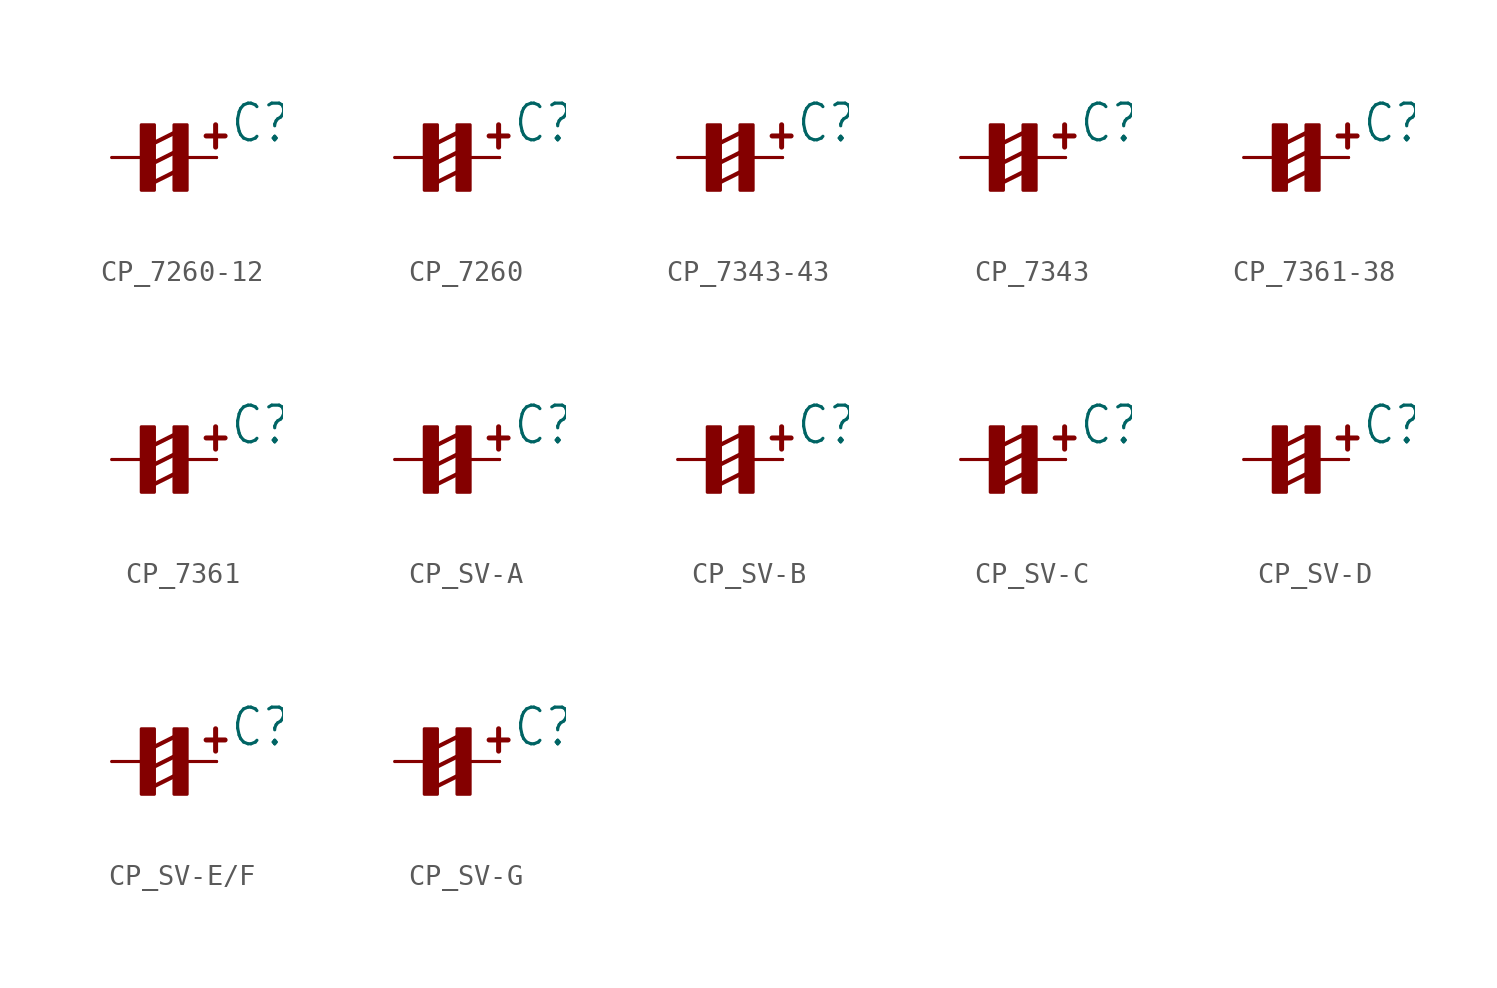
<source format=kicad_sym>
(kicad_symbol_lib
  (version 20231120)
  (generator "kicad_symbol_editor")
  (generator_version "8.0")
  (symbol "CP_7260-12"
    (property "Reference" "C"
      (at 3.175 0.635 0)
      (effects (font (size 1.778 1.511)) (justify left bottom)))
    (property "Value" ""
      (at -3.175 -3.81 0)
      (effects (font (size 1.778 1.511)) (justify left bottom)))
    (property "ki_locked" ""
      (at 0 0 0)
      (effects (font (size 1.27 1.27))))
    (symbol "CP_7260-12_1_0"
      (rectangle (start -1.111 -1.587) (end -0.476 1.587) (stroke (width 0) (type default)) (fill (type outline)))
      (polyline (pts (xy -0.857 0) (xy -2.54 0)) (stroke (width 0.152) (type solid)) (fill (type none)))
      (polyline (pts (xy -0.635 -1.27) (xy 0.635 -0.635)) (stroke (width 0.203) (type solid)) (fill (type none)))
      (polyline (pts (xy -0.635 -0.318) (xy 0.635 0.318)) (stroke (width 0.203) (type solid)) (fill (type none)))
      (polyline (pts (xy -0.635 0.635) (xy 0.635 1.27)) (stroke (width 0.203) (type solid)) (fill (type none)))
      (polyline (pts (xy 0.794 0) (xy 2.54 0)) (stroke (width 0.152) (type solid)) (fill (type none)))
      (rectangle (start 0.476 -1.587) (end 1.111 1.587) (stroke (width 0) (type default)) (fill (type outline)))
      (text "+" (at 1.587 0.318 0) (effects (font (size 1.422 1.209) (thickness 0.242) (bold yes)) (justify left bottom)))
      (pin passive line (at 2.54 0 180) (length 0) (name "+" (effects (font (size 0 0)))) (number "+" (effects (font (size 0 0)))))
      (pin passive line (at -2.54 0 0) (length 0) (name "-" (effects (font (size 0 0)))) (number "-" (effects (font (size 0 0)))))))
  (symbol "CP_7260"
    (property "Reference" "C"
      (at 3.175 0.635 0)
      (effects (font (size 1.778 1.511)) (justify left bottom)))
    (property "Value" ""
      (at -3.175 -3.81 0)
      (effects (font (size 1.778 1.511)) (justify left bottom)))
    (property "ki_locked" ""
      (at 0 0 0)
      (effects (font (size 1.27 1.27))))
    (symbol "CP_7260_1_0"
      (rectangle (start -1.111 -1.587) (end -0.476 1.587) (stroke (width 0) (type default)) (fill (type outline)))
      (polyline (pts (xy -0.857 0) (xy -2.54 0)) (stroke (width 0.152) (type solid)) (fill (type none)))
      (polyline (pts (xy -0.635 -1.27) (xy 0.635 -0.635)) (stroke (width 0.203) (type solid)) (fill (type none)))
      (polyline (pts (xy -0.635 -0.318) (xy 0.635 0.318)) (stroke (width 0.203) (type solid)) (fill (type none)))
      (polyline (pts (xy -0.635 0.635) (xy 0.635 1.27)) (stroke (width 0.203) (type solid)) (fill (type none)))
      (polyline (pts (xy 0.794 0) (xy 2.54 0)) (stroke (width 0.152) (type solid)) (fill (type none)))
      (rectangle (start 0.476 -1.587) (end 1.111 1.587) (stroke (width 0) (type default)) (fill (type outline)))
      (text "+" (at 1.587 0.318 0) (effects (font (size 1.422 1.209) (thickness 0.242) (bold yes)) (justify left bottom)))
      (pin passive line (at 2.54 0 180) (length 0) (name "+" (effects (font (size 0 0)))) (number "+" (effects (font (size 0 0)))))
      (pin passive line (at -2.54 0 0) (length 0) (name "-" (effects (font (size 0 0)))) (number "-" (effects (font (size 0 0)))))))
  (symbol "CP_7343-43"
    (property "Reference" "C"
      (at 3.175 0.635 0)
      (effects (font (size 1.778 1.511)) (justify left bottom)))
    (property "Value" ""
      (at -3.175 -3.81 0)
      (effects (font (size 1.778 1.511)) (justify left bottom)))
    (property "ki_locked" ""
      (at 0 0 0)
      (effects (font (size 1.27 1.27))))
    (symbol "CP_7343-43_1_0"
      (rectangle (start -1.111 -1.587) (end -0.476 1.587) (stroke (width 0) (type default)) (fill (type outline)))
      (polyline (pts (xy -0.857 0) (xy -2.54 0)) (stroke (width 0.152) (type solid)) (fill (type none)))
      (polyline (pts (xy -0.635 -1.27) (xy 0.635 -0.635)) (stroke (width 0.203) (type solid)) (fill (type none)))
      (polyline (pts (xy -0.635 -0.318) (xy 0.635 0.318)) (stroke (width 0.203) (type solid)) (fill (type none)))
      (polyline (pts (xy -0.635 0.635) (xy 0.635 1.27)) (stroke (width 0.203) (type solid)) (fill (type none)))
      (polyline (pts (xy 0.794 0) (xy 2.54 0)) (stroke (width 0.152) (type solid)) (fill (type none)))
      (rectangle (start 0.476 -1.587) (end 1.111 1.587) (stroke (width 0) (type default)) (fill (type outline)))
      (text "+" (at 1.587 0.318 0) (effects (font (size 1.422 1.209) (thickness 0.242) (bold yes)) (justify left bottom)))
      (pin passive line (at 2.54 0 180) (length 0) (name "+" (effects (font (size 0 0)))) (number "+" (effects (font (size 0 0)))))
      (pin passive line (at -2.54 0 0) (length 0) (name "-" (effects (font (size 0 0)))) (number "-" (effects (font (size 0 0)))))))
  (symbol "CP_7343"
    (property "Reference" "C"
      (at 3.175 0.635 0)
      (effects (font (size 1.778 1.511)) (justify left bottom)))
    (property "Value" ""
      (at -3.175 -3.81 0)
      (effects (font (size 1.778 1.511)) (justify left bottom)))
    (property "ki_locked" ""
      (at 0 0 0)
      (effects (font (size 1.27 1.27))))
    (symbol "CP_7343_1_0"
      (rectangle (start -1.111 -1.587) (end -0.476 1.587) (stroke (width 0) (type default)) (fill (type outline)))
      (polyline (pts (xy -0.857 0) (xy -2.54 0)) (stroke (width 0.152) (type solid)) (fill (type none)))
      (polyline (pts (xy -0.635 -1.27) (xy 0.635 -0.635)) (stroke (width 0.203) (type solid)) (fill (type none)))
      (polyline (pts (xy -0.635 -0.318) (xy 0.635 0.318)) (stroke (width 0.203) (type solid)) (fill (type none)))
      (polyline (pts (xy -0.635 0.635) (xy 0.635 1.27)) (stroke (width 0.203) (type solid)) (fill (type none)))
      (polyline (pts (xy 0.794 0) (xy 2.54 0)) (stroke (width 0.152) (type solid)) (fill (type none)))
      (rectangle (start 0.476 -1.587) (end 1.111 1.587) (stroke (width 0) (type default)) (fill (type outline)))
      (text "+" (at 1.587 0.318 0) (effects (font (size 1.422 1.209) (thickness 0.242) (bold yes)) (justify left bottom)))
      (pin passive line (at 2.54 0 180) (length 0) (name "+" (effects (font (size 0 0)))) (number "+" (effects (font (size 0 0)))))
      (pin passive line (at -2.54 0 0) (length 0) (name "-" (effects (font (size 0 0)))) (number "-" (effects (font (size 0 0)))))))
  (symbol "CP_7361-38"
    (property "Reference" "C"
      (at 3.175 0.635 0)
      (effects (font (size 1.778 1.511)) (justify left bottom)))
    (property "Value" ""
      (at -3.175 -3.81 0)
      (effects (font (size 1.778 1.511)) (justify left bottom)))
    (property "ki_locked" ""
      (at 0 0 0)
      (effects (font (size 1.27 1.27))))
    (symbol "CP_7361-38_1_0"
      (rectangle (start -1.111 -1.587) (end -0.476 1.587) (stroke (width 0) (type default)) (fill (type outline)))
      (polyline (pts (xy -0.857 0) (xy -2.54 0)) (stroke (width 0.152) (type solid)) (fill (type none)))
      (polyline (pts (xy -0.635 -1.27) (xy 0.635 -0.635)) (stroke (width 0.203) (type solid)) (fill (type none)))
      (polyline (pts (xy -0.635 -0.318) (xy 0.635 0.318)) (stroke (width 0.203) (type solid)) (fill (type none)))
      (polyline (pts (xy -0.635 0.635) (xy 0.635 1.27)) (stroke (width 0.203) (type solid)) (fill (type none)))
      (polyline (pts (xy 0.794 0) (xy 2.54 0)) (stroke (width 0.152) (type solid)) (fill (type none)))
      (rectangle (start 0.476 -1.587) (end 1.111 1.587) (stroke (width 0) (type default)) (fill (type outline)))
      (text "+" (at 1.587 0.318 0) (effects (font (size 1.422 1.209) (thickness 0.242) (bold yes)) (justify left bottom)))
      (pin passive line (at 2.54 0 180) (length 0) (name "+" (effects (font (size 0 0)))) (number "+" (effects (font (size 0 0)))))
      (pin passive line (at -2.54 0 0) (length 0) (name "-" (effects (font (size 0 0)))) (number "-" (effects (font (size 0 0)))))))
  (symbol "CP_7361"
    (property "Reference" "C"
      (at 3.175 0.635 0)
      (effects (font (size 1.778 1.511)) (justify left bottom)))
    (property "Value" ""
      (at -3.175 -3.81 0)
      (effects (font (size 1.778 1.511)) (justify left bottom)))
    (property "ki_locked" ""
      (at 0 0 0)
      (effects (font (size 1.27 1.27))))
    (symbol "CP_7361_1_0"
      (rectangle (start -1.111 -1.587) (end -0.476 1.587) (stroke (width 0) (type default)) (fill (type outline)))
      (polyline (pts (xy -0.857 0) (xy -2.54 0)) (stroke (width 0.152) (type solid)) (fill (type none)))
      (polyline (pts (xy -0.635 -1.27) (xy 0.635 -0.635)) (stroke (width 0.203) (type solid)) (fill (type none)))
      (polyline (pts (xy -0.635 -0.318) (xy 0.635 0.318)) (stroke (width 0.203) (type solid)) (fill (type none)))
      (polyline (pts (xy -0.635 0.635) (xy 0.635 1.27)) (stroke (width 0.203) (type solid)) (fill (type none)))
      (polyline (pts (xy 0.794 0) (xy 2.54 0)) (stroke (width 0.152) (type solid)) (fill (type none)))
      (rectangle (start 0.476 -1.587) (end 1.111 1.587) (stroke (width 0) (type default)) (fill (type outline)))
      (text "+" (at 1.587 0.318 0) (effects (font (size 1.422 1.209) (thickness 0.242) (bold yes)) (justify left bottom)))
      (pin passive line (at 2.54 0 180) (length 0) (name "+" (effects (font (size 0 0)))) (number "+" (effects (font (size 0 0)))))
      (pin passive line (at -2.54 0 0) (length 0) (name "-" (effects (font (size 0 0)))) (number "-" (effects (font (size 0 0)))))))
  (symbol "CP_SV-A"
    (property "Reference" "C"
      (at 3.175 0.635 0)
      (effects (font (size 1.778 1.511)) (justify left bottom)))
    (property "Value" ""
      (at -3.175 -3.81 0)
      (effects (font (size 1.778 1.511)) (justify left bottom)))
    (property "ki_locked" ""
      (at 0 0 0)
      (effects (font (size 1.27 1.27))))
    (symbol "CP_SV-A_1_0"
      (rectangle (start -1.111 -1.587) (end -0.476 1.587) (stroke (width 0) (type default)) (fill (type outline)))
      (polyline (pts (xy -0.857 0) (xy -2.54 0)) (stroke (width 0.152) (type solid)) (fill (type none)))
      (polyline (pts (xy -0.635 -1.27) (xy 0.635 -0.635)) (stroke (width 0.203) (type solid)) (fill (type none)))
      (polyline (pts (xy -0.635 -0.318) (xy 0.635 0.318)) (stroke (width 0.203) (type solid)) (fill (type none)))
      (polyline (pts (xy -0.635 0.635) (xy 0.635 1.27)) (stroke (width 0.203) (type solid)) (fill (type none)))
      (polyline (pts (xy 0.794 0) (xy 2.54 0)) (stroke (width 0.152) (type solid)) (fill (type none)))
      (rectangle (start 0.476 -1.587) (end 1.111 1.587) (stroke (width 0) (type default)) (fill (type outline)))
      (text "+" (at 1.587 0.318 0) (effects (font (size 1.422 1.209) (thickness 0.242) (bold yes)) (justify left bottom)))
      (pin passive line (at 2.54 0 180) (length 0) (name "+" (effects (font (size 0 0)))) (number "+" (effects (font (size 0 0)))))
      (pin passive line (at -2.54 0 0) (length 0) (name "-" (effects (font (size 0 0)))) (number "-" (effects (font (size 0 0)))))))
  (symbol "CP_SV-B"
    (property "Reference" "C"
      (at 3.175 0.635 0)
      (effects (font (size 1.778 1.511)) (justify left bottom)))
    (property "Value" ""
      (at -3.175 -3.81 0)
      (effects (font (size 1.778 1.511)) (justify left bottom)))
    (property "ki_locked" ""
      (at 0 0 0)
      (effects (font (size 1.27 1.27))))
    (symbol "CP_SV-B_1_0"
      (rectangle (start -1.111 -1.587) (end -0.476 1.587) (stroke (width 0) (type default)) (fill (type outline)))
      (polyline (pts (xy -0.857 0) (xy -2.54 0)) (stroke (width 0.152) (type solid)) (fill (type none)))
      (polyline (pts (xy -0.635 -1.27) (xy 0.635 -0.635)) (stroke (width 0.203) (type solid)) (fill (type none)))
      (polyline (pts (xy -0.635 -0.318) (xy 0.635 0.318)) (stroke (width 0.203) (type solid)) (fill (type none)))
      (polyline (pts (xy -0.635 0.635) (xy 0.635 1.27)) (stroke (width 0.203) (type solid)) (fill (type none)))
      (polyline (pts (xy 0.794 0) (xy 2.54 0)) (stroke (width 0.152) (type solid)) (fill (type none)))
      (rectangle (start 0.476 -1.587) (end 1.111 1.587) (stroke (width 0) (type default)) (fill (type outline)))
      (text "+" (at 1.587 0.318 0) (effects (font (size 1.422 1.209) (thickness 0.242) (bold yes)) (justify left bottom)))
      (pin passive line (at 2.54 0 180) (length 0) (name "+" (effects (font (size 0 0)))) (number "+" (effects (font (size 0 0)))))
      (pin passive line (at -2.54 0 0) (length 0) (name "-" (effects (font (size 0 0)))) (number "-" (effects (font (size 0 0)))))))
  (symbol "CP_SV-C"
    (property "Reference" "C"
      (at 3.175 0.635 0)
      (effects (font (size 1.778 1.511)) (justify left bottom)))
    (property "Value" ""
      (at -3.175 -3.81 0)
      (effects (font (size 1.778 1.511)) (justify left bottom)))
    (property "ki_locked" ""
      (at 0 0 0)
      (effects (font (size 1.27 1.27))))
    (symbol "CP_SV-C_1_0"
      (rectangle (start -1.111 -1.587) (end -0.476 1.587) (stroke (width 0) (type default)) (fill (type outline)))
      (polyline (pts (xy -0.857 0) (xy -2.54 0)) (stroke (width 0.152) (type solid)) (fill (type none)))
      (polyline (pts (xy -0.635 -1.27) (xy 0.635 -0.635)) (stroke (width 0.203) (type solid)) (fill (type none)))
      (polyline (pts (xy -0.635 -0.318) (xy 0.635 0.318)) (stroke (width 0.203) (type solid)) (fill (type none)))
      (polyline (pts (xy -0.635 0.635) (xy 0.635 1.27)) (stroke (width 0.203) (type solid)) (fill (type none)))
      (polyline (pts (xy 0.794 0) (xy 2.54 0)) (stroke (width 0.152) (type solid)) (fill (type none)))
      (rectangle (start 0.476 -1.587) (end 1.111 1.587) (stroke (width 0) (type default)) (fill (type outline)))
      (text "+" (at 1.587 0.318 0) (effects (font (size 1.422 1.209) (thickness 0.242) (bold yes)) (justify left bottom)))
      (pin passive line (at 2.54 0 180) (length 0) (name "+" (effects (font (size 0 0)))) (number "+" (effects (font (size 0 0)))))
      (pin passive line (at -2.54 0 0) (length 0) (name "-" (effects (font (size 0 0)))) (number "-" (effects (font (size 0 0)))))))
  (symbol "CP_SV-D"
    (property "Reference" "C"
      (at 3.175 0.635 0)
      (effects (font (size 1.778 1.511)) (justify left bottom)))
    (property "Value" ""
      (at -3.175 -3.81 0)
      (effects (font (size 1.778 1.511)) (justify left bottom)))
    (property "ki_locked" ""
      (at 0 0 0)
      (effects (font (size 1.27 1.27))))
    (symbol "CP_SV-D_1_0"
      (rectangle (start -1.111 -1.587) (end -0.476 1.587) (stroke (width 0) (type default)) (fill (type outline)))
      (polyline (pts (xy -0.857 0) (xy -2.54 0)) (stroke (width 0.152) (type solid)) (fill (type none)))
      (polyline (pts (xy -0.635 -1.27) (xy 0.635 -0.635)) (stroke (width 0.203) (type solid)) (fill (type none)))
      (polyline (pts (xy -0.635 -0.318) (xy 0.635 0.318)) (stroke (width 0.203) (type solid)) (fill (type none)))
      (polyline (pts (xy -0.635 0.635) (xy 0.635 1.27)) (stroke (width 0.203) (type solid)) (fill (type none)))
      (polyline (pts (xy 0.794 0) (xy 2.54 0)) (stroke (width 0.152) (type solid)) (fill (type none)))
      (rectangle (start 0.476 -1.587) (end 1.111 1.587) (stroke (width 0) (type default)) (fill (type outline)))
      (text "+" (at 1.587 0.318 0) (effects (font (size 1.422 1.209) (thickness 0.242) (bold yes)) (justify left bottom)))
      (pin passive line (at 2.54 0 180) (length 0) (name "+" (effects (font (size 0 0)))) (number "+" (effects (font (size 0 0)))))
      (pin passive line (at -2.54 0 0) (length 0) (name "-" (effects (font (size 0 0)))) (number "-" (effects (font (size 0 0)))))))
  (symbol "CP_SV-E/F"
    (property "Reference" "C"
      (at 3.175 0.635 0)
      (effects (font (size 1.778 1.511)) (justify left bottom)))
    (property "Value" ""
      (at -3.175 -3.81 0)
      (effects (font (size 1.778 1.511)) (justify left bottom)))
    (property "ki_locked" ""
      (at 0 0 0)
      (effects (font (size 1.27 1.27))))
    (symbol "CP_SV-E/F_1_0"
      (rectangle (start -1.111 -1.587) (end -0.476 1.587) (stroke (width 0) (type default)) (fill (type outline)))
      (polyline (pts (xy -0.857 0) (xy -2.54 0)) (stroke (width 0.152) (type solid)) (fill (type none)))
      (polyline (pts (xy -0.635 -1.27) (xy 0.635 -0.635)) (stroke (width 0.203) (type solid)) (fill (type none)))
      (polyline (pts (xy -0.635 -0.318) (xy 0.635 0.318)) (stroke (width 0.203) (type solid)) (fill (type none)))
      (polyline (pts (xy -0.635 0.635) (xy 0.635 1.27)) (stroke (width 0.203) (type solid)) (fill (type none)))
      (polyline (pts (xy 0.794 0) (xy 2.54 0)) (stroke (width 0.152) (type solid)) (fill (type none)))
      (rectangle (start 0.476 -1.587) (end 1.111 1.587) (stroke (width 0) (type default)) (fill (type outline)))
      (text "+" (at 1.587 0.318 0) (effects (font (size 1.422 1.209) (thickness 0.242) (bold yes)) (justify left bottom)))
      (pin passive line (at 2.54 0 180) (length 0) (name "+" (effects (font (size 0 0)))) (number "+" (effects (font (size 0 0)))))
      (pin passive line (at -2.54 0 0) (length 0) (name "-" (effects (font (size 0 0)))) (number "-" (effects (font (size 0 0)))))))
  (symbol "CP_SV-G"
    (property "Reference" "C"
      (at 3.175 0.635 0)
      (effects (font (size 1.778 1.511)) (justify left bottom)))
    (property "Value" ""
      (at -3.175 -3.81 0)
      (effects (font (size 1.778 1.511)) (justify left bottom)))
    (property "ki_locked" ""
      (at 0 0 0)
      (effects (font (size 1.27 1.27))))
    (symbol "CP_SV-G_1_0"
      (rectangle (start -1.111 -1.587) (end -0.476 1.587) (stroke (width 0) (type default)) (fill (type outline)))
      (polyline (pts (xy -0.857 0) (xy -2.54 0)) (stroke (width 0.152) (type solid)) (fill (type none)))
      (polyline (pts (xy -0.635 -1.27) (xy 0.635 -0.635)) (stroke (width 0.203) (type solid)) (fill (type none)))
      (polyline (pts (xy -0.635 -0.318) (xy 0.635 0.318)) (stroke (width 0.203) (type solid)) (fill (type none)))
      (polyline (pts (xy -0.635 0.635) (xy 0.635 1.27)) (stroke (width 0.203) (type solid)) (fill (type none)))
      (polyline (pts (xy 0.794 0) (xy 2.54 0)) (stroke (width 0.152) (type solid)) (fill (type none)))
      (rectangle (start 0.476 -1.587) (end 1.111 1.587) (stroke (width 0) (type default)) (fill (type outline)))
      (text "+" (at 1.587 0.318 0) (effects (font (size 1.422 1.209) (thickness 0.242) (bold yes)) (justify left bottom)))
      (pin passive line (at 2.54 0 180) (length 0) (name "+" (effects (font (size 0 0)))) (number "+" (effects (font (size 0 0)))))
      (pin passive line (at -2.54 0 0) (length 0) (name "-" (effects (font (size 0 0)))) (number "-" (effects (font (size 0 0))))))))
</source>
